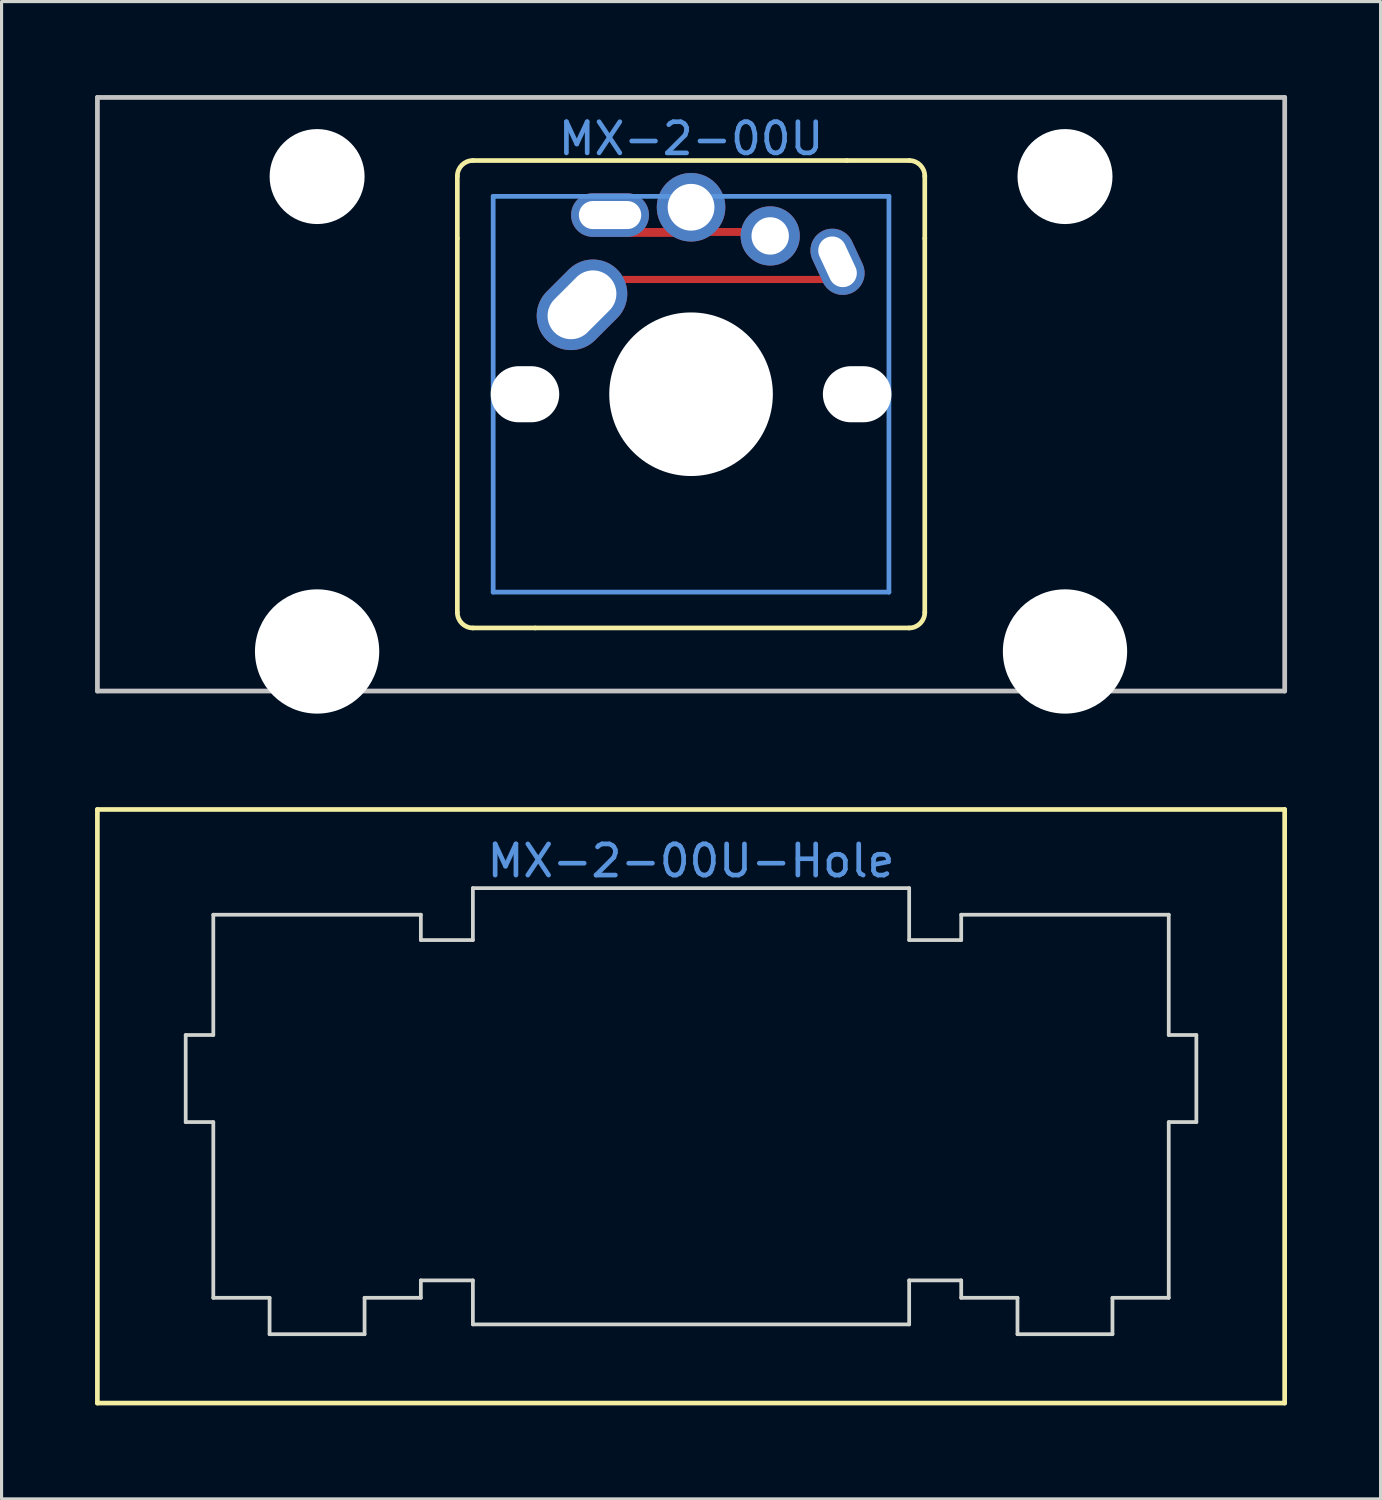
<source format=kicad_pcb>
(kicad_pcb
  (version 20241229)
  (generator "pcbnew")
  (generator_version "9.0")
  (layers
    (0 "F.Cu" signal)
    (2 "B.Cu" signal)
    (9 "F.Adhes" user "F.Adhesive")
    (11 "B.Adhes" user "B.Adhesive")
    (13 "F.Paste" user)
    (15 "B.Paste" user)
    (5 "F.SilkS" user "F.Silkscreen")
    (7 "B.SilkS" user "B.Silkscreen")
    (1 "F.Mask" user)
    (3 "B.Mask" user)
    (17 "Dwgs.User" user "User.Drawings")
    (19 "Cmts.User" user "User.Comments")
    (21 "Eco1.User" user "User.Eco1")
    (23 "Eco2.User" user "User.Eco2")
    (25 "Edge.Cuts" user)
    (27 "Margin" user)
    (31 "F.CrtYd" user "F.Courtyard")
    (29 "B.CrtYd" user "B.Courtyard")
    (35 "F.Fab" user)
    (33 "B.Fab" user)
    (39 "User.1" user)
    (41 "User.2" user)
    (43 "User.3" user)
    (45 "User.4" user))
  (footprint "MX-2-00U-Hole"
    (layer "F.Cu")
    (at 19.125 32.45)
    (property "Reference" "MX-2-00U-Hole" (at 0 -7.874 0) (layer "Cmts.User") (effects (font (size 1 1) (thickness 0.15))))
    (attr through_hole)
    (fp_line (start -19.05 -9.525) (end 19.05 -9.525) (stroke (width 0.15) (type solid)) (layer "F.SilkS"))
    (fp_line (start -19.05 9.525) (end -19.05 -9.525) (stroke (width 0.15) (type solid)) (layer "F.SilkS"))
    (fp_line (start 19.05 -9.525) (end 19.05 9.525) (stroke (width 0.15) (type solid)) (layer "F.SilkS"))
    (fp_line (start 19.05 9.525) (end -19.05 9.525) (stroke (width 0.15) (type solid)) (layer "F.SilkS"))
    (fp_line (start -16.216 -2.286) (end -16.216 0.508) (stroke (width 0.12) (type solid)) (layer "Edge.Cuts"))
    (fp_line (start -15.33 -6.147) (end -15.33 -2.286) (stroke (width 0.12) (type solid)) (layer "Edge.Cuts"))
    (fp_line (start -15.33 -2.286) (end -16.216 -2.286) (stroke (width 0.12) (type solid)) (layer "Edge.Cuts"))
    (fp_line (start -15.33 0.508) (end -16.216 0.508) (stroke (width 0.12) (type solid)) (layer "Edge.Cuts"))
    (fp_line (start -15.33 0.508) (end -15.33 6.147) (stroke (width 0.12) (type solid)) (layer "Edge.Cuts"))
    (fp_line (start -13.524 6.147) (end -15.33 6.147) (stroke (width 0.12) (type solid)) (layer "Edge.Cuts"))
    (fp_line (start -13.524 6.147) (end -13.524 7.315) (stroke (width 0.12) (type solid)) (layer "Edge.Cuts"))
    (fp_line (start -10.476 6.147) (end -10.476 7.315) (stroke (width 0.12) (type solid)) (layer "Edge.Cuts"))
    (fp_line (start -10.476 7.315) (end -13.524 7.315) (stroke (width 0.12) (type solid)) (layer "Edge.Cuts"))
    (fp_line (start -8.67 -6.147) (end -15.33 -6.147) (stroke (width 0.12) (type solid)) (layer "Edge.Cuts"))
    (fp_line (start -8.67 -6.147) (end -8.67 -5.334) (stroke (width 0.12) (type solid)) (layer "Edge.Cuts"))
    (fp_line (start -8.67 -5.334) (end -7 -5.334) (stroke (width 0.12) (type solid)) (layer "Edge.Cuts"))
    (fp_line (start -8.67 5.588) (end -7 5.588) (stroke (width 0.12) (type solid)) (layer "Edge.Cuts"))
    (fp_line (start -8.67 6.147) (end -10.476 6.147) (stroke (width 0.12) (type solid)) (layer "Edge.Cuts"))
    (fp_line (start -8.67 6.147) (end -8.67 5.588) (stroke (width 0.12) (type solid)) (layer "Edge.Cuts"))
    (fp_line (start -7 -7) (end -7 -5.334) (stroke (width 0.12) (type solid)) (layer "Edge.Cuts"))
    (fp_line (start -7 -7) (end 7 -7) (stroke (width 0.12) (type solid)) (layer "Edge.Cuts"))
    (fp_line (start -7 7) (end -7 5.588) (stroke (width 0.12) (type solid)) (layer "Edge.Cuts"))
    (fp_line (start -7 7) (end 7 7) (stroke (width 0.12) (type solid)) (layer "Edge.Cuts"))
    (fp_line (start 7 -7) (end 7 -5.334) (stroke (width 0.12) (type solid)) (layer "Edge.Cuts"))
    (fp_line (start 7 7) (end 7 5.588) (stroke (width 0.12) (type solid)) (layer "Edge.Cuts"))
    (fp_line (start 8.67 -6.147) (end 8.67 -5.334) (stroke (width 0.12) (type solid)) (layer "Edge.Cuts"))
    (fp_line (start 8.67 -6.147) (end 15.33 -6.147) (stroke (width 0.12) (type solid)) (layer "Edge.Cuts"))
    (fp_line (start 8.67 -5.334) (end 7 -5.334) (stroke (width 0.12) (type solid)) (layer "Edge.Cuts"))
    (fp_line (start 8.67 5.588) (end 7 5.588) (stroke (width 0.12) (type solid)) (layer "Edge.Cuts"))
    (fp_line (start 8.67 6.147) (end 8.67 5.588) (stroke (width 0.12) (type solid)) (layer "Edge.Cuts"))
    (fp_line (start 8.67 6.147) (end 10.476 6.147) (stroke (width 0.12) (type solid)) (layer "Edge.Cuts"))
    (fp_line (start 10.476 6.147) (end 10.476 7.315) (stroke (width 0.12) (type solid)) (layer "Edge.Cuts"))
    (fp_line (start 10.476 7.315) (end 13.524 7.315) (stroke (width 0.12) (type solid)) (layer "Edge.Cuts"))
    (fp_line (start 13.524 6.147) (end 13.524 7.315) (stroke (width 0.12) (type solid)) (layer "Edge.Cuts"))
    (fp_line (start 13.524 6.147) (end 15.33 6.147) (stroke (width 0.12) (type solid)) (layer "Edge.Cuts"))
    (fp_line (start 15.33 -6.147) (end 15.33 -2.286) (stroke (width 0.12) (type solid)) (layer "Edge.Cuts"))
    (fp_line (start 15.33 -2.286) (end 16.216 -2.286) (stroke (width 0.12) (type solid)) (layer "Edge.Cuts"))
    (fp_line (start 15.33 0.508) (end 15.33 6.147) (stroke (width 0.12) (type solid)) (layer "Edge.Cuts"))
    (fp_line (start 15.33 0.508) (end 16.216 0.508) (stroke (width 0.12) (type solid)) (layer "Edge.Cuts"))
    (fp_line (start 16.216 -2.286) (end 16.216 0.508) (stroke (width 0.12) (type solid)) (layer "Edge.Cuts")))
  (footprint "MX-2-00U"
    (layer "F.Cu")
    (at 19.126 9.601)
    (property "Reference" "MX-2-00U" (at 0 -8.2 0) (layer "Cmts.User") (effects (font (size 1 1) (thickness 0.15))))
    (attr through_hole)
    (fp_line (start -7.5 -7) (end -7.5 -5) (stroke (width 0.15) (type solid)) (layer "F.SilkS"))
    (fp_line (start -7.5 7) (end -7.5 -5) (stroke (width 0.15) (type solid)) (layer "F.SilkS"))
    (fp_line (start -7 -7.5) (end 5 -7.5) (stroke (width 0.15) (type solid)) (layer "F.SilkS"))
    (fp_line (start -7 7.5) (end -5 7.5) (stroke (width 0.15) (type solid)) (layer "F.SilkS"))
    (fp_line (start 7 -7.5) (end 5 -7.5) (stroke (width 0.15) (type solid)) (layer "F.SilkS"))
    (fp_line (start 7 7.5) (end -5 7.5) (stroke (width 0.15) (type solid)) (layer "F.SilkS"))
    (fp_line (start 7.5 -7) (end 7.5 -5) (stroke (width 0.15) (type solid)) (layer "F.SilkS"))
    (fp_line (start 7.5 7) (end 7.5 -5) (stroke (width 0.15) (type solid)) (layer "F.SilkS"))
    (fp_arc (start -7.5 -7) (mid -7.353553 -7.353553) (end -7 -7.5) (stroke (width 0.15) (type solid)) (layer "F.SilkS"))
    (fp_arc (start -7 7.5) (mid -7.353553 7.353553) (end -7.5 7) (stroke (width 0.15) (type solid)) (layer "F.SilkS"))
    (fp_arc (start 7 -7.5) (mid 7.353553 -7.353553) (end 7.5 -7) (stroke (width 0.15) (type solid)) (layer "F.SilkS"))
    (fp_arc (start 7.5 7) (mid 7.353553 7.353553) (end 7 7.5) (stroke (width 0.15) (type solid)) (layer "F.SilkS"))
    (fp_line (start -19.05 -9.525) (end 19.05 -9.525) (stroke (width 0.152) (type solid)) (layer "Dwgs.User"))
    (fp_line (start -19.05 9.525) (end -19.05 -9.525) (stroke (width 0.152) (type solid)) (layer "Dwgs.User"))
    (fp_line (start 19.05 -9.525) (end 19.05 9.525) (stroke (width 0.152) (type solid)) (layer "Dwgs.User"))
    (fp_line (start 19.05 9.525) (end -19.05 9.525) (stroke (width 0.152) (type solid)) (layer "Dwgs.User"))
    (fp_line (start -6.35 -6.35) (end 6.35 -6.35) (stroke (width 0.152) (type solid)) (layer "Cmts.User"))
    (fp_line (start -6.35 6.35) (end -6.35 -6.35) (stroke (width 0.152) (type solid)) (layer "Cmts.User"))
    (fp_line (start 6.35 -6.35) (end 6.35 6.35) (stroke (width 0.152) (type solid)) (layer "Cmts.User"))
    (fp_line (start 6.35 6.35) (end -6.35 6.35) (stroke (width 0.152) (type solid)) (layer "Cmts.User"))
    (fp_line (start -7.798 -6.005) (end -6.985 -6.005) (stroke (width 0.152) (type solid)) (layer "Eco2.User"))
    (fp_line (start -7.798 -2.504) (end -7.798 -6.005) (stroke (width 0.152) (type solid)) (layer "Eco2.User"))
    (fp_line (start -7.798 2.504) (end -6.985 2.504) (stroke (width 0.152) (type solid)) (layer "Eco2.User"))
    (fp_line (start -7.798 6.005) (end -7.798 2.504) (stroke (width 0.152) (type solid)) (layer "Eco2.User"))
    (fp_line (start -6.985 -6.985) (end 6.985 -6.985) (stroke (width 0.152) (type solid)) (layer "Eco2.User"))
    (fp_line (start -6.985 -6.005) (end -6.985 -6.985) (stroke (width 0.152) (type solid)) (layer "Eco2.User"))
    (fp_line (start -6.985 -2.504) (end -7.798 -2.504) (stroke (width 0.152) (type solid)) (layer "Eco2.User"))
    (fp_line (start -6.985 2.504) (end -6.985 -2.504) (stroke (width 0.152) (type solid)) (layer "Eco2.User"))
    (fp_line (start -6.985 6.005) (end -7.798 6.005) (stroke (width 0.152) (type solid)) (layer "Eco2.User"))
    (fp_line (start -6.985 6.985) (end -6.985 6.005) (stroke (width 0.152) (type solid)) (layer "Eco2.User"))
    (fp_line (start 6.985 -6.985) (end 6.985 -6.005) (stroke (width 0.152) (type solid)) (layer "Eco2.User"))
    (fp_line (start 6.985 -6.005) (end 7.798 -6.005) (stroke (width 0.152) (type solid)) (layer "Eco2.User"))
    (fp_line (start 6.985 -2.504) (end 6.985 2.504) (stroke (width 0.152) (type solid)) (layer "Eco2.User"))
    (fp_line (start 6.985 2.504) (end 7.798 2.504) (stroke (width 0.152) (type solid)) (layer "Eco2.User"))
    (fp_line (start 6.985 6.005) (end 6.985 6.985) (stroke (width 0.152) (type solid)) (layer "Eco2.User"))
    (fp_line (start 6.985 6.985) (end -6.985 6.985) (stroke (width 0.152) (type solid)) (layer "Eco2.User"))
    (fp_line (start 7.798 -6.005) (end 7.798 -2.504) (stroke (width 0.152) (type solid)) (layer "Eco2.User"))
    (fp_line (start 7.798 -2.504) (end 6.985 -2.504) (stroke (width 0.152) (type solid)) (layer "Eco2.User"))
    (fp_line (start 7.798 2.504) (end 7.798 6.005) (stroke (width 0.152) (type solid)) (layer "Eco2.User"))
    (fp_line (start 7.798 6.005) (end 6.985 6.005) (stroke (width 0.152) (type solid)) (layer "Eco2.User"))
    (pad "" np_thru_hole circle (at -12 -6.985 180) (size 3.048 3.048) (drill 3.048) (layers "*.Cu" "*.Mask"))
    (pad "" np_thru_hole circle (at -12 8.255 180) (size 3.988 3.988) (drill 3.988) (layers "*.Cu" "*.Mask"))
    (pad "" np_thru_hole oval (at -5.33 0 90) (size 1.8 2.2) (drill oval 1.8 2.2) (layers "*.Cu" "*.Mask"))
    (pad "" np_thru_hole circle (at 0 0) (size 5.25 5.25) (drill 5.25) (layers "*.Cu" "*.Mask"))
    (pad "" np_thru_hole oval (at 5.33 0 90) (size 1.8 2.2) (drill oval 1.8 2.2) (layers "*.Cu" "*.Mask"))
    (pad "" np_thru_hole circle (at 12 -6.985 180) (size 3.048 3.048) (drill 3.048) (layers "*.Cu" "*.Mask"))
    (pad "" np_thru_hole circle (at 12 8.255 180) (size 3.988 3.988) (drill 3.988) (layers "*.Cu" "*.Mask"))
    (pad "1" thru_hole oval (at -3.5 -2.87 45) (size 3.2 2.2) (drill oval 2.5 1.5) (layers "*.Cu" "*.Mask"))
    (pad "1" smd rect (at 1.219 -3.683 90) (size 0.229 6.833) (layers "F.Cu" "F.Mask" "F.Paste"))
    (pad "1" thru_hole oval (at 4.7 -4.25 25) (size 1.4 2.2) (drill oval 0.9 1.7) (layers "*.Cu" "*.Mask"))
    (pad "2" thru_hole oval (at -2.6 -5.75 90) (size 1.4 2.5) (drill oval 0.9 2) (layers "*.Cu" "*.Mask"))
    (pad "2" smd rect (at -1.26 -5.192 90) (size 0.284 1.758) (layers "F.Cu" "F.Mask" "F.Paste"))
    (pad "2" thru_hole circle (at 0 -6 270) (size 2.2 2.2) (drill 1.5) (layers "*.Cu" "*.Mask"))
    (pad "2" smd rect (at 1.27 -5.207 90) (size 0.254 1.312) (layers "F.Cu" "F.Mask" "F.Paste"))
    (pad "2" thru_hole circle (at 2.54 -5.08 270) (size 1.9 1.9) (drill 1.2) (layers "*.Cu" "*.Mask")))
  (gr_rect
    (start -3 -3)
    (end 41.252 45.05)
    (stroke (width 0.1) (type default))
    (fill no)
    (layer "Edge.Cuts")))
</source>
